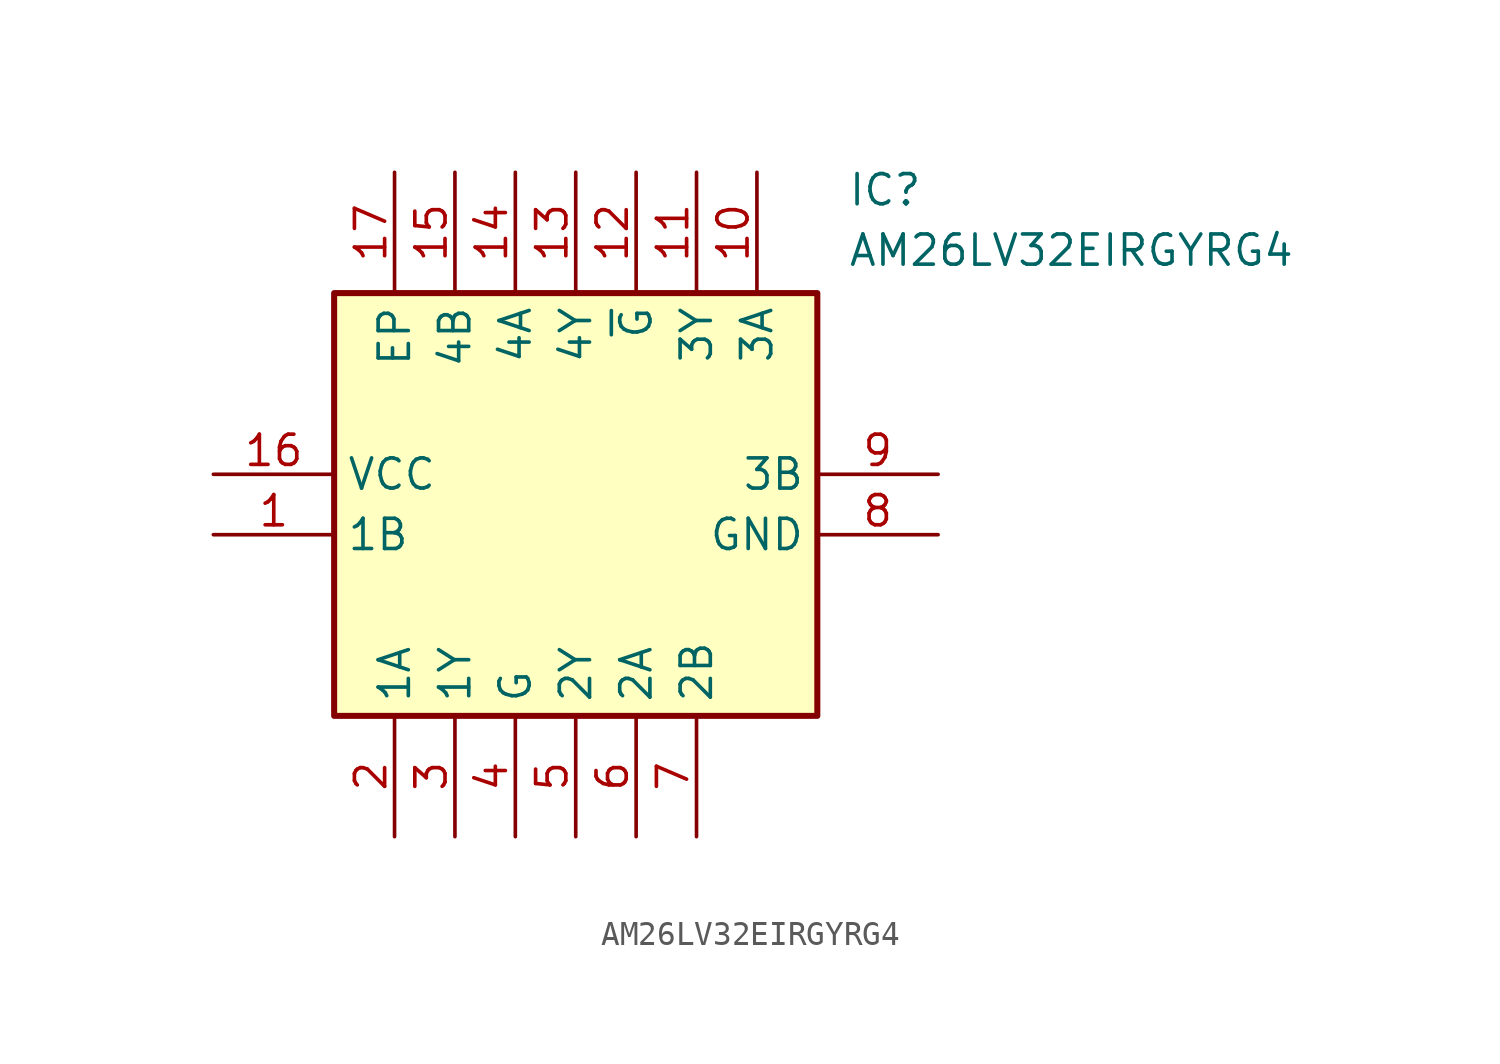
<source format=kicad_sym>
(kicad_symbol_lib
  (version 20211014)
  (generator SamacSys_ECAD_Model)
  (symbol "AM26LV32EIRGYRG4"
    (property "Reference" "IC"
      (at 26.67 12.7 0)
      (effects (font (size 1.27 1.27)) (justify left top)))
    (property "Value" "AM26LV32EIRGYRG4"
      (at 26.67 10.16 0)
      (effects (font (size 1.27 1.27)) (justify left top)))
    (rectangle
      (start 5.08 7.62)
      (end 25.4 -10.16)
      (stroke (width 0.254) (type default))
      (fill (type background)))
    (pin passive line
      (at 0 -2.54 0)
      (length 5.08)
      (name "1B" (effects (font (size 1.27 1.27))))
      (number "1" (effects (font (size 1.27 1.27)))))
    (pin passive line
      (at 7.62 -15.24 90)
      (length 5.08)
      (name "1A" (effects (font (size 1.27 1.27))))
      (number "2" (effects (font (size 1.27 1.27)))))
    (pin passive line
      (at 10.16 -15.24 90)
      (length 5.08)
      (name "1Y" (effects (font (size 1.27 1.27))))
      (number "3" (effects (font (size 1.27 1.27)))))
    (pin passive line
      (at 12.7 -15.24 90)
      (length 5.08)
      (name "G" (effects (font (size 1.27 1.27))))
      (number "4" (effects (font (size 1.27 1.27)))))
    (pin passive line
      (at 15.24 -15.24 90)
      (length 5.08)
      (name "2Y" (effects (font (size 1.27 1.27))))
      (number "5" (effects (font (size 1.27 1.27)))))
    (pin passive line
      (at 17.78 -15.24 90)
      (length 5.08)
      (name "2A" (effects (font (size 1.27 1.27))))
      (number "6" (effects (font (size 1.27 1.27)))))
    (pin passive line
      (at 20.32 -15.24 90)
      (length 5.08)
      (name "2B" (effects (font (size 1.27 1.27))))
      (number "7" (effects (font (size 1.27 1.27)))))
    (pin passive line
      (at 30.48 -2.54 180)
      (length 5.08)
      (name "GND" (effects (font (size 1.27 1.27))))
      (number "8" (effects (font (size 1.27 1.27)))))
    (pin passive line
      (at 30.48 0 180)
      (length 5.08)
      (name "3B" (effects (font (size 1.27 1.27))))
      (number "9" (effects (font (size 1.27 1.27)))))
    (pin passive line
      (at 22.86 12.7 270)
      (length 5.08)
      (name "3A" (effects (font (size 1.27 1.27))))
      (number "10" (effects (font (size 1.27 1.27)))))
    (pin passive line
      (at 20.32 12.7 270)
      (length 5.08)
      (name "3Y" (effects (font (size 1.27 1.27))))
      (number "11" (effects (font (size 1.27 1.27)))))
    (pin passive line
      (at 17.78 12.7 270)
      (length 5.08)
      (name "~{G}" (effects (font (size 1.27 1.27))))
      (number "12" (effects (font (size 1.27 1.27)))))
    (pin passive line
      (at 15.24 12.7 270)
      (length 5.08)
      (name "4Y" (effects (font (size 1.27 1.27))))
      (number "13" (effects (font (size 1.27 1.27)))))
    (pin passive line
      (at 12.7 12.7 270)
      (length 5.08)
      (name "4A" (effects (font (size 1.27 1.27))))
      (number "14" (effects (font (size 1.27 1.27)))))
    (pin passive line
      (at 10.16 12.7 270)
      (length 5.08)
      (name "4B" (effects (font (size 1.27 1.27))))
      (number "15" (effects (font (size 1.27 1.27)))))
    (pin passive line
      (at 0 0 0)
      (length 5.08)
      (name "VCC" (effects (font (size 1.27 1.27))))
      (number "16" (effects (font (size 1.27 1.27)))))
    (pin passive line
      (at 7.62 12.7 270)
      (length 5.08)
      (name "EP" (effects (font (size 1.27 1.27))))
      (number "17" (effects (font (size 1.27 1.27)))))))
</source>
